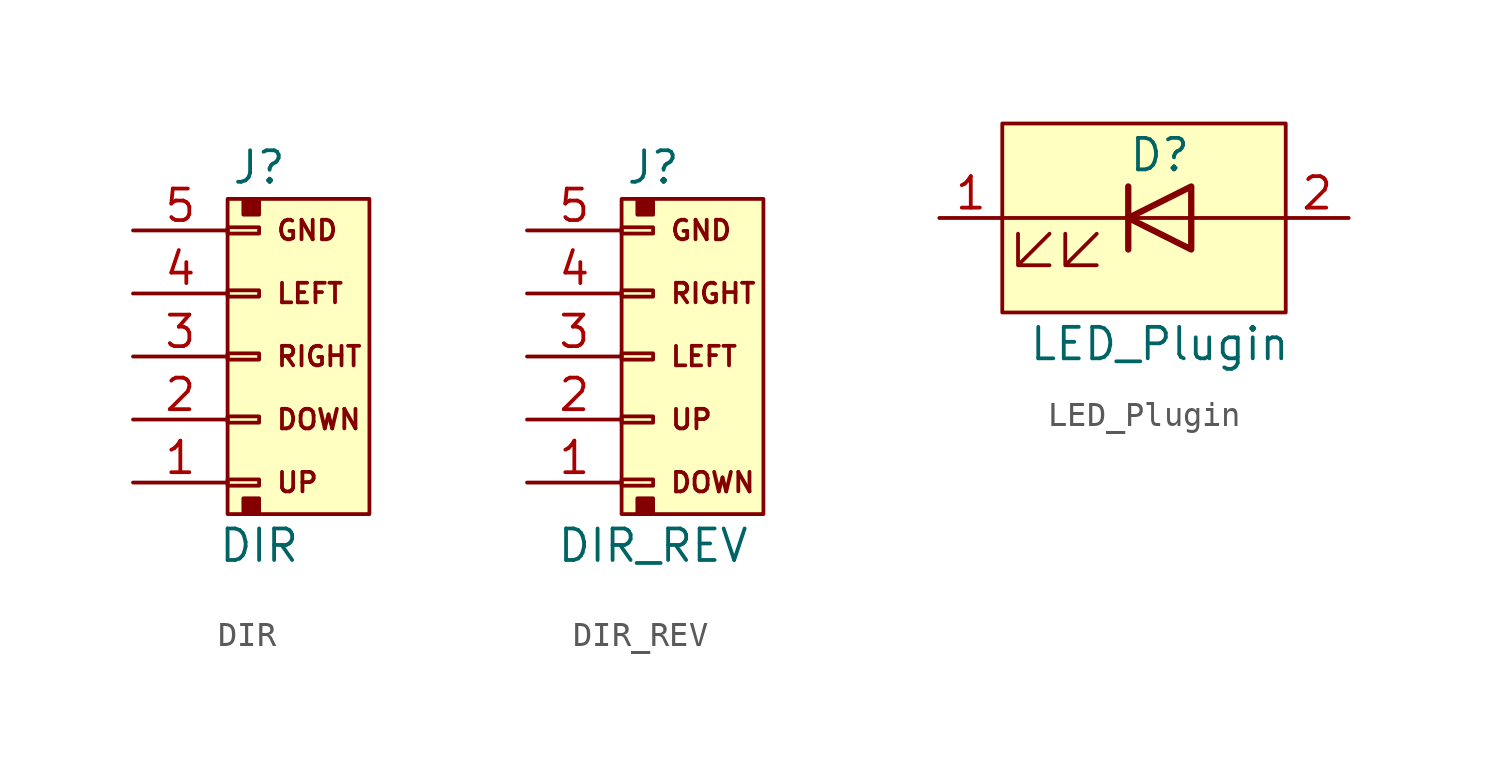
<source format=kicad_sym>
(kicad_symbol_lib
  (version 20231120)
  (generator "kicad_symbol_editor")
  (generator_version "8.0")
  (symbol "DIR"
    (pin_names
      (offset 1.016) hide)
    (property "Reference" "J"
      (at 0 7.62 0)
      (effects (font (size 1.27 1.27))))
    (property "Value" "DIR"
      (at 0 -7.62 0)
      (effects (font (size 1.27 1.27))))
    (symbol "DIR_0_1"
      (rectangle (start -0.635 6.35) (end 0 5.715) (stroke (width 0) (type solid)) (fill (type outline)))
      (rectangle (start 0 -6.35) (end -0.635 -5.715) (stroke (width 0) (type solid)) (fill (type outline))))
    (symbol "DIR_1_1"
      (rectangle (start -1.27 -4.953) (end 0 -5.207) (stroke (width 0.152) (type solid)) (fill (type none)))
      (rectangle (start -1.27 -2.413) (end 0 -2.667) (stroke (width 0.152) (type solid)) (fill (type none)))
      (rectangle (start -1.27 0.127) (end 0 -0.127) (stroke (width 0.152) (type solid)) (fill (type none)))
      (rectangle (start -1.27 2.667) (end 0 2.413) (stroke (width 0.152) (type solid)) (fill (type none)))
      (rectangle (start -1.27 5.207) (end 0 4.953) (stroke (width 0.152) (type solid)) (fill (type none)))
      (rectangle (start -1.27 6.35) (end 4.445 -6.35) (stroke (width 0) (type solid)) (fill (type background)))
      (text "DOWN" (at 0.635 -2.54 0) (effects (font (size 0.787 0.787)) (justify left)))
      (text "GND" (at 0.635 5.08 0) (effects (font (size 0.787 0.787)) (justify left)))
      (text "LEFT" (at 0.635 2.54 0) (effects (font (size 0.787 0.787)) (justify left)))
      (text "RIGHT" (at 0.635 0 0) (effects (font (size 0.787 0.787)) (justify left)))
      (text "UP" (at 0.635 -5.08 0) (effects (font (size 0.787 0.787)) (justify left)))
      (pin passive line (at -5.08 -5.08 0) (length 3.81) (name "Pin_1" (effects (font (size 1.27 1.27)))) (number "1" (effects (font (size 1.27 1.27)))))
      (pin passive line (at -5.08 -2.54 0) (length 3.81) (name "Pin_2" (effects (font (size 1.27 1.27)))) (number "2" (effects (font (size 1.27 1.27)))))
      (pin passive line (at -5.08 0 0) (length 3.81) (name "Pin_3" (effects (font (size 1.27 1.27)))) (number "3" (effects (font (size 1.27 1.27)))))
      (pin passive line (at -5.08 2.54 0) (length 3.81) (name "Pin_4" (effects (font (size 1.27 1.27)))) (number "4" (effects (font (size 1.27 1.27)))))
      (pin power_in line (at -5.08 5.08 0) (length 3.81) (name "Pin_5" (effects (font (size 1.27 1.27)))) (number "5" (effects (font (size 1.27 1.27)))))))
  (symbol "DIR_REV"
    (pin_names
      (offset 1.016) hide)
    (property "Reference" "J"
      (at 0 7.62 0)
      (effects (font (size 1.27 1.27))))
    (property "Value" "DIR_REV"
      (at 0 -7.62 0)
      (effects (font (size 1.27 1.27))))
    (symbol "DIR_REV_0_1"
      (rectangle (start -0.635 6.35) (end 0 5.715) (stroke (width 0) (type solid)) (fill (type outline)))
      (rectangle (start 0 -6.35) (end -0.635 -5.715) (stroke (width 0) (type solid)) (fill (type outline))))
    (symbol "DIR_REV_1_1"
      (rectangle (start -1.27 -4.953) (end 0 -5.207) (stroke (width 0.152) (type solid)) (fill (type none)))
      (rectangle (start -1.27 -2.413) (end 0 -2.667) (stroke (width 0.152) (type solid)) (fill (type none)))
      (rectangle (start -1.27 0.127) (end 0 -0.127) (stroke (width 0.152) (type solid)) (fill (type none)))
      (rectangle (start -1.27 2.667) (end 0 2.413) (stroke (width 0.152) (type solid)) (fill (type none)))
      (rectangle (start -1.27 5.207) (end 0 4.953) (stroke (width 0.152) (type solid)) (fill (type none)))
      (rectangle (start -1.27 6.35) (end 4.445 -6.35) (stroke (width 0) (type solid)) (fill (type background)))
      (text "DOWN" (at 0.635 -5.08 0) (effects (font (size 0.787 0.787)) (justify left)))
      (text "GND" (at 0.635 5.08 0) (effects (font (size 0.787 0.787)) (justify left)))
      (text "LEFT" (at 0.635 0 0) (effects (font (size 0.787 0.787)) (justify left)))
      (text "RIGHT" (at 0.635 2.54 0) (effects (font (size 0.787 0.787)) (justify left)))
      (text "UP" (at 0.635 -2.54 0) (effects (font (size 0.787 0.787)) (justify left)))
      (pin passive line (at -5.08 -5.08 0) (length 3.81) (name "Pin_1" (effects (font (size 1.27 1.27)))) (number "1" (effects (font (size 1.27 1.27)))))
      (pin passive line (at -5.08 -2.54 0) (length 3.81) (name "Pin_2" (effects (font (size 1.27 1.27)))) (number "2" (effects (font (size 1.27 1.27)))))
      (pin passive line (at -5.08 0 0) (length 3.81) (name "Pin_3" (effects (font (size 1.27 1.27)))) (number "3" (effects (font (size 1.27 1.27)))))
      (pin passive line (at -5.08 2.54 0) (length 3.81) (name "Pin_4" (effects (font (size 1.27 1.27)))) (number "4" (effects (font (size 1.27 1.27)))))
      (pin power_in line (at -5.08 5.08 0) (length 3.81) (name "Pin_5" (effects (font (size 1.27 1.27)))) (number "5" (effects (font (size 1.27 1.27)))))))
  (symbol "LED_Plugin"
    (pin_names
      (offset 1.016) hide)
    (property "Reference" "D"
      (at 0 2.54 0)
      (effects (font (size 1.27 1.27))))
    (property "Value" "LED_Plugin"
      (at 0 -5.08 0)
      (effects (font (size 1.27 1.27))))
    (symbol "LED_Plugin_0_1"
      (rectangle (start -6.35 3.81) (end 5.08 -3.81) (stroke (width 0) (type solid)) (fill (type background)))
      (polyline (pts (xy -1.27 -1.27) (xy -1.27 1.27)) (stroke (width 0.254) (type solid)) (fill (type none)))
      (polyline (pts (xy -1.27 0) (xy -6.35 0)) (stroke (width 0) (type solid)) (fill (type none)))
      (polyline (pts (xy -1.27 0) (xy 1.27 0)) (stroke (width 0) (type solid)) (fill (type none)))
      (polyline (pts (xy 1.27 0) (xy 5.08 0)) (stroke (width 0) (type solid)) (fill (type none)))
      (polyline (pts (xy 1.27 -1.27) (xy 1.27 1.27) (xy -1.27 0) (xy 1.27 -1.27)) (stroke (width 0.254) (type solid)) (fill (type none)))
      (polyline (pts (xy -4.445 -0.635) (xy -5.715 -1.905) (xy -4.445 -1.905) (xy -5.715 -1.905) (xy -5.715 -0.635)) (stroke (width 0) (type solid)) (fill (type none)))
      (polyline (pts (xy -2.54 -0.635) (xy -3.81 -1.905) (xy -2.54 -1.905) (xy -3.81 -1.905) (xy -3.81 -0.635)) (stroke (width 0) (type solid)) (fill (type none))))
    (symbol "LED_Plugin_1_1"
      (pin passive line (at -8.89 0 0) (length 2.54) (name "K" (effects (font (size 1.27 1.27)))) (number "1" (effects (font (size 1.27 1.27)))))
      (pin passive line (at 7.62 0 180) (length 2.54) (name "A" (effects (font (size 1.27 1.27)))) (number "2" (effects (font (size 1.27 1.27))))))))
</source>
